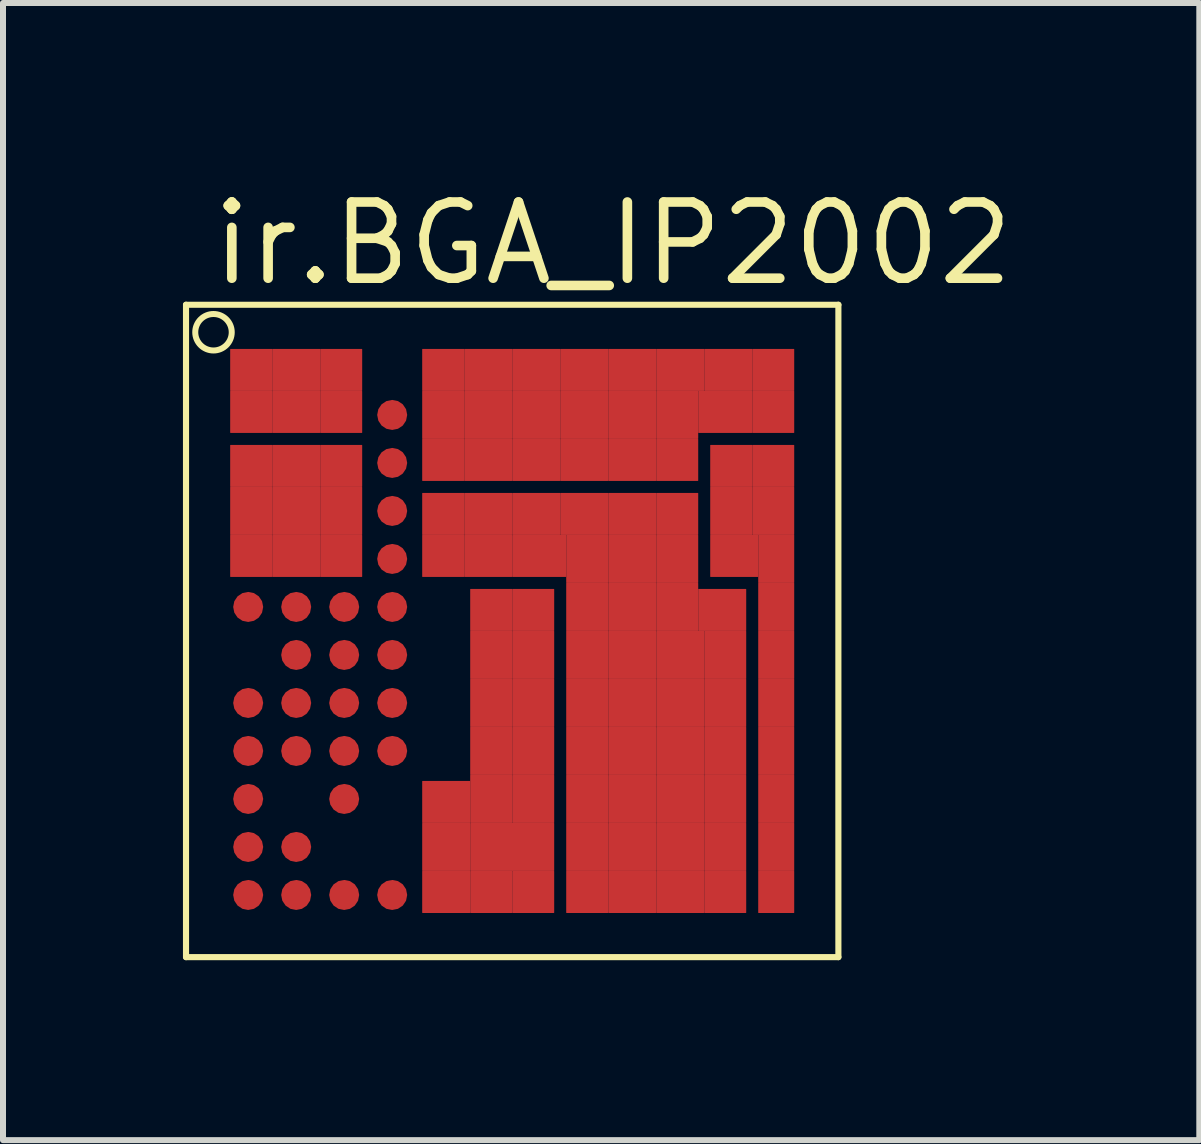
<source format=kicad_pcb>
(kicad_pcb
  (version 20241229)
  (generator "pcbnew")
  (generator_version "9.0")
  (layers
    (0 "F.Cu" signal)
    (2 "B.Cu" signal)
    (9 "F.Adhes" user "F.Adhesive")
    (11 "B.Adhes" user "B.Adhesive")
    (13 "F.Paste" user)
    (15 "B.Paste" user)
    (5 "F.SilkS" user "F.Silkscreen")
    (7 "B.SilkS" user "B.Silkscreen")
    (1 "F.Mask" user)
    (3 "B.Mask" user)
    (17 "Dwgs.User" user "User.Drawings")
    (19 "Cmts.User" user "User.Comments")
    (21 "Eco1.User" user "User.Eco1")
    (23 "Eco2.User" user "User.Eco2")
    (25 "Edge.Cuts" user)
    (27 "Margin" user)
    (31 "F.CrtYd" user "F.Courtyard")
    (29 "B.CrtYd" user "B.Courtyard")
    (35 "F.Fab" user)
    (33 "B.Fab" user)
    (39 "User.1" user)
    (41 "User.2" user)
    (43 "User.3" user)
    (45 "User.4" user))
  (footprint "ir.BGA_IP2002"
    (layer "F.Cu")
    (at 5.486 7.465)
    (property "Reference" "ir.BGA_IP2002" (at -5.08 -5.715 0) (layer "F.SilkS") (effects (font (size 1.27 1.27) (thickness 0.16)) (justify left bottom)))
    (attr smd)
    (fp_circle (center -4.4 -4.4) (end -4.2 -4.4) (stroke (width 0.1) (type default)) (fill no) (layer "F.Mask"))
    (fp_circle (center -4.4 -3.6) (end -4.2 -3.6) (stroke (width 0.1) (type default)) (fill no) (layer "F.Mask"))
    (fp_circle (center -4.4 -2.8) (end -4.2 -2.8) (stroke (width 0.1) (type default)) (fill no) (layer "F.Mask"))
    (fp_circle (center -4.4 -2) (end -4.2 -2) (stroke (width 0.1) (type default)) (fill no) (layer "F.Mask"))
    (fp_circle (center -4.4 -1.2) (end -4.2 -1.2) (stroke (width 0.1) (type default)) (fill no) (layer "F.Mask"))
    (fp_circle (center -4.4 -0.4) (end -4.2 -0.4) (stroke (width 0.1) (type default)) (fill no) (layer "F.Mask"))
    (fp_circle (center -4.4 1.2) (end -4.2 1.2) (stroke (width 0.1) (type default)) (fill no) (layer "F.Mask"))
    (fp_circle (center -4.4 2) (end -4.2 2) (stroke (width 0.1) (type default)) (fill no) (layer "F.Mask"))
    (fp_circle (center -4.4 2.8) (end -4.2 2.8) (stroke (width 0.1) (type default)) (fill no) (layer "F.Mask"))
    (fp_circle (center -4.4 3.6) (end -4.2 3.6) (stroke (width 0.1) (type default)) (fill no) (layer "F.Mask"))
    (fp_circle (center -4.4 4.4) (end -4.2 4.4) (stroke (width 0.1) (type default)) (fill no) (layer "F.Mask"))
    (fp_circle (center -3.6 -4.4) (end -3.4 -4.4) (stroke (width 0.1) (type default)) (fill no) (layer "F.Mask"))
    (fp_circle (center -3.6 -3.6) (end -3.4 -3.6) (stroke (width 0.1) (type default)) (fill no) (layer "F.Mask"))
    (fp_circle (center -3.6 -2.8) (end -3.4 -2.8) (stroke (width 0.1) (type default)) (fill no) (layer "F.Mask"))
    (fp_circle (center -3.6 -2) (end -3.4 -2) (stroke (width 0.1) (type default)) (fill no) (layer "F.Mask"))
    (fp_circle (center -3.6 -1.2) (end -3.4 -1.2) (stroke (width 0.1) (type default)) (fill no) (layer "F.Mask"))
    (fp_circle (center -3.6 -0.4) (end -3.4 -0.4) (stroke (width 0.1) (type default)) (fill no) (layer "F.Mask"))
    (fp_circle (center -3.6 0.4) (end -3.4 0.4) (stroke (width 0.1) (type default)) (fill no) (layer "F.Mask"))
    (fp_circle (center -3.6 1.2) (end -3.4 1.2) (stroke (width 0.1) (type default)) (fill no) (layer "F.Mask"))
    (fp_circle (center -3.6 2) (end -3.4 2) (stroke (width 0.1) (type default)) (fill no) (layer "F.Mask"))
    (fp_circle (center -3.6 3.6) (end -3.4 3.6) (stroke (width 0.1) (type default)) (fill no) (layer "F.Mask"))
    (fp_circle (center -3.6 4.4) (end -3.4 4.4) (stroke (width 0.1) (type default)) (fill no) (layer "F.Mask"))
    (fp_circle (center -2.8 -4.4) (end -2.6 -4.4) (stroke (width 0.1) (type default)) (fill no) (layer "F.Mask"))
    (fp_circle (center -2.8 -3.6) (end -2.6 -3.6) (stroke (width 0.1) (type default)) (fill no) (layer "F.Mask"))
    (fp_circle (center -2.8 -2.8) (end -2.6 -2.8) (stroke (width 0.1) (type default)) (fill no) (layer "F.Mask"))
    (fp_circle (center -2.8 -2) (end -2.6 -2) (stroke (width 0.1) (type default)) (fill no) (layer "F.Mask"))
    (fp_circle (center -2.8 -1.2) (end -2.6 -1.2) (stroke (width 0.1) (type default)) (fill no) (layer "F.Mask"))
    (fp_circle (center -2.8 -0.4) (end -2.6 -0.4) (stroke (width 0.1) (type default)) (fill no) (layer "F.Mask"))
    (fp_circle (center -2.8 0.4) (end -2.6 0.4) (stroke (width 0.1) (type default)) (fill no) (layer "F.Mask"))
    (fp_circle (center -2.8 1.2) (end -2.6 1.2) (stroke (width 0.1) (type default)) (fill no) (layer "F.Mask"))
    (fp_circle (center -2.8 2) (end -2.6 2) (stroke (width 0.1) (type default)) (fill no) (layer "F.Mask"))
    (fp_circle (center -2.8 2.8) (end -2.6 2.8) (stroke (width 0.1) (type default)) (fill no) (layer "F.Mask"))
    (fp_circle (center -2.8 4.4) (end -2.6 4.4) (stroke (width 0.1) (type default)) (fill no) (layer "F.Mask"))
    (fp_circle (center -2 -3.6) (end -1.8 -3.6) (stroke (width 0.1) (type default)) (fill no) (layer "F.Mask"))
    (fp_circle (center -2 -2.8) (end -1.8 -2.8) (stroke (width 0.1) (type default)) (fill no) (layer "F.Mask"))
    (fp_circle (center -2 -2) (end -1.8 -2) (stroke (width 0.1) (type default)) (fill no) (layer "F.Mask"))
    (fp_circle (center -2 -1.2) (end -1.8 -1.2) (stroke (width 0.1) (type default)) (fill no) (layer "F.Mask"))
    (fp_circle (center -2 -0.4) (end -1.8 -0.4) (stroke (width 0.1) (type default)) (fill no) (layer "F.Mask"))
    (fp_circle (center -2 0.4) (end -1.8 0.4) (stroke (width 0.1) (type default)) (fill no) (layer "F.Mask"))
    (fp_circle (center -2 1.2) (end -1.8 1.2) (stroke (width 0.1) (type default)) (fill no) (layer "F.Mask"))
    (fp_circle (center -2 2) (end -1.8 2) (stroke (width 0.1) (type default)) (fill no) (layer "F.Mask"))
    (fp_circle (center -2 4.4) (end -1.8 4.4) (stroke (width 0.1) (type default)) (fill no) (layer "F.Mask"))
    (fp_circle (center -1.2 -4.4) (end -1 -4.4) (stroke (width 0.1) (type default)) (fill no) (layer "F.Mask"))
    (fp_circle (center -1.2 -3.6) (end -1 -3.6) (stroke (width 0.1) (type default)) (fill no) (layer "F.Mask"))
    (fp_circle (center -1.2 -2.8) (end -1 -2.8) (stroke (width 0.1) (type default)) (fill no) (layer "F.Mask"))
    (fp_circle (center -1.2 -2) (end -1 -2) (stroke (width 0.1) (type default)) (fill no) (layer "F.Mask"))
    (fp_circle (center -1.2 -1.2) (end -1 -1.2) (stroke (width 0.1) (type default)) (fill no) (layer "F.Mask"))
    (fp_circle (center -1.2 2.8) (end -1 2.8) (stroke (width 0.1) (type default)) (fill no) (layer "F.Mask"))
    (fp_circle (center -1.2 3.6) (end -1 3.6) (stroke (width 0.1) (type default)) (fill no) (layer "F.Mask"))
    (fp_circle (center -1.2 4.4) (end -1 4.4) (stroke (width 0.1) (type default)) (fill no) (layer "F.Mask"))
    (fp_circle (center -0.4 -4.4) (end -0.2 -4.4) (stroke (width 0.1) (type default)) (fill no) (layer "F.Mask"))
    (fp_circle (center -0.4 -3.6) (end -0.2 -3.6) (stroke (width 0.1) (type default)) (fill no) (layer "F.Mask"))
    (fp_circle (center -0.4 -2.8) (end -0.2 -2.8) (stroke (width 0.1) (type default)) (fill no) (layer "F.Mask"))
    (fp_circle (center -0.4 -2) (end -0.2 -2) (stroke (width 0.1) (type default)) (fill no) (layer "F.Mask"))
    (fp_circle (center -0.4 -1.2) (end -0.2 -1.2) (stroke (width 0.1) (type default)) (fill no) (layer "F.Mask"))
    (fp_circle (center -0.4 -0.4) (end -0.2 -0.4) (stroke (width 0.1) (type default)) (fill no) (layer "F.Mask"))
    (fp_circle (center -0.4 0.4) (end -0.2 0.4) (stroke (width 0.1) (type default)) (fill no) (layer "F.Mask"))
    (fp_circle (center -0.4 1.2) (end -0.2 1.2) (stroke (width 0.1) (type default)) (fill no) (layer "F.Mask"))
    (fp_circle (center -0.4 2) (end -0.2 2) (stroke (width 0.1) (type default)) (fill no) (layer "F.Mask"))
    (fp_circle (center -0.4 2.8) (end -0.2 2.8) (stroke (width 0.1) (type default)) (fill no) (layer "F.Mask"))
    (fp_circle (center -0.4 3.6) (end -0.2 3.6) (stroke (width 0.1) (type default)) (fill no) (layer "F.Mask"))
    (fp_circle (center -0.4 4.4) (end -0.2 4.4) (stroke (width 0.1) (type default)) (fill no) (layer "F.Mask"))
    (fp_circle (center 0.4 -4.4) (end 0.6 -4.4) (stroke (width 0.1) (type default)) (fill no) (layer "F.Mask"))
    (fp_circle (center 0.4 -3.6) (end 0.6 -3.6) (stroke (width 0.1) (type default)) (fill no) (layer "F.Mask"))
    (fp_circle (center 0.4 -2.8) (end 0.6 -2.8) (stroke (width 0.1) (type default)) (fill no) (layer "F.Mask"))
    (fp_circle (center 0.4 -2) (end 0.6 -2) (stroke (width 0.1) (type default)) (fill no) (layer "F.Mask"))
    (fp_circle (center 0.4 -1.2) (end 0.6 -1.2) (stroke (width 0.1) (type default)) (fill no) (layer "F.Mask"))
    (fp_circle (center 0.4 -0.4) (end 0.6 -0.4) (stroke (width 0.1) (type default)) (fill no) (layer "F.Mask"))
    (fp_circle (center 0.4 0.4) (end 0.6 0.4) (stroke (width 0.1) (type default)) (fill no) (layer "F.Mask"))
    (fp_circle (center 0.4 1.2) (end 0.6 1.2) (stroke (width 0.1) (type default)) (fill no) (layer "F.Mask"))
    (fp_circle (center 0.4 2) (end 0.6 2) (stroke (width 0.1) (type default)) (fill no) (layer "F.Mask"))
    (fp_circle (center 0.4 2.8) (end 0.6 2.8) (stroke (width 0.1) (type default)) (fill no) (layer "F.Mask"))
    (fp_circle (center 0.4 4.4) (end 0.6 4.4) (stroke (width 0.1) (type default)) (fill no) (layer "F.Mask"))
    (fp_circle (center 1.2 -4.4) (end 1.4 -4.4) (stroke (width 0.1) (type default)) (fill no) (layer "F.Mask"))
    (fp_circle (center 1.2 -3.6) (end 1.4 -3.6) (stroke (width 0.1) (type default)) (fill no) (layer "F.Mask"))
    (fp_circle (center 1.2 -2.8) (end 1.4 -2.8) (stroke (width 0.1) (type default)) (fill no) (layer "F.Mask"))
    (fp_circle (center 1.2 -2) (end 1.4 -2) (stroke (width 0.1) (type default)) (fill no) (layer "F.Mask"))
    (fp_circle (center 1.2 -1.2) (end 1.4 -1.2) (stroke (width 0.1) (type default)) (fill no) (layer "F.Mask"))
    (fp_circle (center 1.2 -0.4) (end 1.4 -0.4) (stroke (width 0.1) (type default)) (fill no) (layer "F.Mask"))
    (fp_circle (center 1.2 0.4) (end 1.4 0.4) (stroke (width 0.1) (type default)) (fill no) (layer "F.Mask"))
    (fp_circle (center 1.2 1.2) (end 1.4 1.2) (stroke (width 0.1) (type default)) (fill no) (layer "F.Mask"))
    (fp_circle (center 1.2 2) (end 1.4 2) (stroke (width 0.1) (type default)) (fill no) (layer "F.Mask"))
    (fp_circle (center 1.2 2.8) (end 1.4 2.8) (stroke (width 0.1) (type default)) (fill no) (layer "F.Mask"))
    (fp_circle (center 1.2 3.6) (end 1.4 3.6) (stroke (width 0.1) (type default)) (fill no) (layer "F.Mask"))
    (fp_circle (center 1.2 4.4) (end 1.4 4.4) (stroke (width 0.1) (type default)) (fill no) (layer "F.Mask"))
    (fp_circle (center 2 -4.4) (end 2.2 -4.4) (stroke (width 0.1) (type default)) (fill no) (layer "F.Mask"))
    (fp_circle (center 2 -3.6) (end 2.2 -3.6) (stroke (width 0.1) (type default)) (fill no) (layer "F.Mask"))
    (fp_circle (center 2 -2.8) (end 2.2 -2.8) (stroke (width 0.1) (type default)) (fill no) (layer "F.Mask"))
    (fp_circle (center 2 -2) (end 2.2 -2) (stroke (width 0.1) (type default)) (fill no) (layer "F.Mask"))
    (fp_circle (center 2 -1.2) (end 2.2 -1.2) (stroke (width 0.1) (type default)) (fill no) (layer "F.Mask"))
    (fp_circle (center 2 -0.4) (end 2.2 -0.4) (stroke (width 0.1) (type default)) (fill no) (layer "F.Mask"))
    (fp_circle (center 2 0.4) (end 2.2 0.4) (stroke (width 0.1) (type default)) (fill no) (layer "F.Mask"))
    (fp_circle (center 2 1.2) (end 2.2 1.2) (stroke (width 0.1) (type default)) (fill no) (layer "F.Mask"))
    (fp_circle (center 2 2) (end 2.2 2) (stroke (width 0.1) (type default)) (fill no) (layer "F.Mask"))
    (fp_circle (center 2 2.8) (end 2.2 2.8) (stroke (width 0.1) (type default)) (fill no) (layer "F.Mask"))
    (fp_circle (center 2 3.6) (end 2.2 3.6) (stroke (width 0.1) (type default)) (fill no) (layer "F.Mask"))
    (fp_circle (center 2 4.4) (end 2.2 4.4) (stroke (width 0.1) (type default)) (fill no) (layer "F.Mask"))
    (fp_circle (center 2.8 -4.4) (end 3 -4.4) (stroke (width 0.1) (type default)) (fill no) (layer "F.Mask"))
    (fp_circle (center 2.8 -3.6) (end 3 -3.6) (stroke (width 0.1) (type default)) (fill no) (layer "F.Mask"))
    (fp_circle (center 2.8 -2.8) (end 3 -2.8) (stroke (width 0.1) (type default)) (fill no) (layer "F.Mask"))
    (fp_circle (center 2.8 -2) (end 3 -2) (stroke (width 0.1) (type default)) (fill no) (layer "F.Mask"))
    (fp_circle (center 2.8 -1.2) (end 3 -1.2) (stroke (width 0.1) (type default)) (fill no) (layer "F.Mask"))
    (fp_circle (center 2.8 -0.4) (end 3 -0.4) (stroke (width 0.1) (type default)) (fill no) (layer "F.Mask"))
    (fp_circle (center 2.8 0.4) (end 3 0.4) (stroke (width 0.1) (type default)) (fill no) (layer "F.Mask"))
    (fp_circle (center 2.8 1.2) (end 3 1.2) (stroke (width 0.1) (type default)) (fill no) (layer "F.Mask"))
    (fp_circle (center 2.8 2) (end 3 2) (stroke (width 0.1) (type default)) (fill no) (layer "F.Mask"))
    (fp_circle (center 2.8 2.8) (end 3 2.8) (stroke (width 0.1) (type default)) (fill no) (layer "F.Mask"))
    (fp_circle (center 2.8 3.6) (end 3 3.6) (stroke (width 0.1) (type default)) (fill no) (layer "F.Mask"))
    (fp_circle (center 2.8 4.4) (end 3 4.4) (stroke (width 0.1) (type default)) (fill no) (layer "F.Mask"))
    (fp_circle (center 3.6 -4.4) (end 3.8 -4.4) (stroke (width 0.1) (type default)) (fill no) (layer "F.Mask"))
    (fp_circle (center 3.6 -3.6) (end 3.8 -3.6) (stroke (width 0.1) (type default)) (fill no) (layer "F.Mask"))
    (fp_circle (center 3.6 -2.8) (end 3.8 -2.8) (stroke (width 0.1) (type default)) (fill no) (layer "F.Mask"))
    (fp_circle (center 3.6 -2) (end 3.8 -2) (stroke (width 0.1) (type default)) (fill no) (layer "F.Mask"))
    (fp_circle (center 3.6 -1.2) (end 3.8 -1.2) (stroke (width 0.1) (type default)) (fill no) (layer "F.Mask"))
    (fp_circle (center 3.6 -0.4) (end 3.8 -0.4) (stroke (width 0.1) (type default)) (fill no) (layer "F.Mask"))
    (fp_circle (center 3.6 0.4) (end 3.8 0.4) (stroke (width 0.1) (type default)) (fill no) (layer "F.Mask"))
    (fp_circle (center 3.6 1.2) (end 3.8 1.2) (stroke (width 0.1) (type default)) (fill no) (layer "F.Mask"))
    (fp_circle (center 3.6 2) (end 3.8 2) (stroke (width 0.1) (type default)) (fill no) (layer "F.Mask"))
    (fp_circle (center 3.6 2.8) (end 3.8 2.8) (stroke (width 0.1) (type default)) (fill no) (layer "F.Mask"))
    (fp_circle (center 3.6 3.6) (end 3.8 3.6) (stroke (width 0.1) (type default)) (fill no) (layer "F.Mask"))
    (fp_circle (center 3.6 4.4) (end 3.8 4.4) (stroke (width 0.1) (type default)) (fill no) (layer "F.Mask"))
    (fp_circle (center 4.4 -4.4) (end 4.6 -4.4) (stroke (width 0.1) (type default)) (fill no) (layer "F.Mask"))
    (fp_circle (center 4.4 -3.6) (end 4.6 -3.6) (stroke (width 0.1) (type default)) (fill no) (layer "F.Mask"))
    (fp_circle (center 4.4 -2.8) (end 4.6 -2.8) (stroke (width 0.1) (type default)) (fill no) (layer "F.Mask"))
    (fp_circle (center 4.4 -2) (end 4.6 -2) (stroke (width 0.1) (type default)) (fill no) (layer "F.Mask"))
    (fp_circle (center 4.4 -1.2) (end 4.6 -1.2) (stroke (width 0.1) (type default)) (fill no) (layer "F.Mask"))
    (fp_circle (center 4.4 -0.4) (end 4.6 -0.4) (stroke (width 0.1) (type default)) (fill no) (layer "F.Mask"))
    (fp_circle (center 4.4 0.4) (end 4.6 0.4) (stroke (width 0.1) (type default)) (fill no) (layer "F.Mask"))
    (fp_circle (center 4.4 1.2) (end 4.6 1.2) (stroke (width 0.1) (type default)) (fill no) (layer "F.Mask"))
    (fp_circle (center 4.4 2) (end 4.6 2) (stroke (width 0.1) (type default)) (fill no) (layer "F.Mask"))
    (fp_circle (center 4.4 2.8) (end 4.6 2.8) (stroke (width 0.1) (type default)) (fill no) (layer "F.Mask"))
    (fp_circle (center 4.4 3.6) (end 4.6 3.6) (stroke (width 0.1) (type default)) (fill no) (layer "F.Mask"))
    (fp_circle (center 4.4 4.4) (end 4.6 4.4) (stroke (width 0.1) (type default)) (fill no) (layer "F.Mask"))
    (fp_line (start -5.436 -5.436) (end 5.436 -5.436) (stroke (width 0.102) (type default)) (layer "F.SilkS"))
    (fp_line (start -5.436 5.436) (end -5.436 -5.436) (stroke (width 0.102) (type default)) (layer "F.SilkS"))
    (fp_line (start 5.436 -5.436) (end 5.436 5.436) (stroke (width 0.102) (type default)) (layer "F.SilkS"))
    (fp_line (start 5.436 5.436) (end -5.436 5.436) (stroke (width 0.102) (type default)) (layer "F.SilkS"))
    (fp_circle (center -4.978 -4.978) (end -4.674 -4.978) (stroke (width 0.1) (type default)) (fill no) (layer "F.SilkS"))
    (pad "A1" smd roundrect (at -4.35 -4.35) (size 0.7 0.7) (layers "F.Cu" "F.Mask" "F.Paste") (roundrect_rratio 0.01))
    (pad "A2" smd roundrect (at -3.6 -4.35) (size 0.8 0.7) (layers "F.Cu" "F.Mask" "F.Paste") (roundrect_rratio 0.01))
    (pad "A3" smd roundrect (at -2.85 -4.35) (size 0.7 0.7) (layers "F.Cu" "F.Mask" "F.Paste") (roundrect_rratio 0.01))
    (pad "A5" smd roundrect (at -1.15 -4.35) (size 0.7 0.7) (layers "F.Cu" "F.Mask" "F.Paste") (roundrect_rratio 0.01))
    (pad "A6" smd roundrect (at -0.4 -4.35) (size 0.8 0.7) (layers "F.Cu" "F.Mask" "F.Paste") (roundrect_rratio 0.01))
    (pad "A7" smd roundrect (at 0.4 -4.35) (size 0.8 0.7) (layers "F.Cu" "F.Mask" "F.Paste") (roundrect_rratio 0.01))
    (pad "A8" smd roundrect (at 1.2 -4.35) (size 0.8 0.7) (layers "F.Cu" "F.Mask" "F.Paste") (roundrect_rratio 0.01))
    (pad "A9" smd roundrect (at 2 -4.35) (size 0.8 0.7) (layers "F.Cu" "F.Mask" "F.Paste") (roundrect_rratio 0.01))
    (pad "A10" smd roundrect (at 2.8 -4.35) (size 0.8 0.7) (layers "F.Cu" "F.Mask" "F.Paste") (roundrect_rratio 0.01))
    (pad "A11" smd roundrect (at 3.6 -4.35) (size 0.8 0.7) (layers "F.Cu" "F.Mask" "F.Paste") (roundrect_rratio 0.01))
    (pad "A12" smd roundrect (at 4.35 -4.35) (size 0.7 0.7) (layers "F.Cu" "F.Mask" "F.Paste") (roundrect_rratio 0.01))
    (pad "B1" smd roundrect (at -4.35 -3.65) (size 0.7 0.7) (layers "F.Cu" "F.Mask" "F.Paste") (roundrect_rratio 0.01))
    (pad "B2" smd roundrect (at -3.6 -3.65) (size 0.8 0.7) (layers "F.Cu" "F.Mask" "F.Paste") (roundrect_rratio 0.01))
    (pad "B3" smd roundrect (at -2.85 -3.65) (size 0.7 0.7) (layers "F.Cu" "F.Mask" "F.Paste") (roundrect_rratio 0.01))
    (pad "B4" smd roundrect (at -2 -3.6) (size 0.5 0.5) (layers "F.Cu" "F.Mask" "F.Paste") (roundrect_rratio 0.5))
    (pad "B5" smd roundrect (at -1.15 -3.6) (size 0.7 0.8) (layers "F.Cu" "F.Mask" "F.Paste") (roundrect_rratio 0.01))
    (pad "B6" smd roundrect (at -0.4 -3.6) (size 0.8 0.8) (layers "F.Cu" "F.Mask" "F.Paste") (roundrect_rratio 0.01))
    (pad "B7" smd roundrect (at 0.4 -3.6) (size 0.8 0.8) (layers "F.Cu" "F.Mask" "F.Paste") (roundrect_rratio 0.01))
    (pad "B8" smd roundrect (at 1.2 -3.6) (size 0.8 0.8) (layers "F.Cu" "F.Mask" "F.Paste") (roundrect_rratio 0.01))
    (pad "B9" smd roundrect (at 2 -3.6) (size 0.8 0.8) (layers "F.Cu" "F.Mask" "F.Paste") (roundrect_rratio 0.01))
    (pad "B10" smd roundrect (at 2.75 -3.6) (size 0.7 0.8) (layers "F.Cu" "F.Mask" "F.Paste") (roundrect_rratio 0.01))
    (pad "B11" smd roundrect (at 3.55 -3.65) (size 0.9 0.7) (layers "F.Cu" "F.Mask" "F.Paste") (roundrect_rratio 0.01))
    (pad "B12" smd roundrect (at 4.35 -3.65) (size 0.7 0.7) (layers "F.Cu" "F.Mask" "F.Paste") (roundrect_rratio 0.01))
    (pad "C1" smd roundrect (at -4.35 -2.75) (size 0.7 0.7) (layers "F.Cu" "F.Mask" "F.Paste") (roundrect_rratio 0.01))
    (pad "C2" smd roundrect (at -3.6 -2.75) (size 0.8 0.7) (layers "F.Cu" "F.Mask" "F.Paste") (roundrect_rratio 0.01))
    (pad "C3" smd roundrect (at -2.85 -2.75) (size 0.7 0.7) (layers "F.Cu" "F.Mask" "F.Paste") (roundrect_rratio 0.01))
    (pad "C4" smd roundrect (at -2 -2.8) (size 0.5 0.5) (layers "F.Cu" "F.Mask" "F.Paste") (roundrect_rratio 0.5))
    (pad "C5" smd roundrect (at -1.15 -2.85) (size 0.7 0.7) (layers "F.Cu" "F.Mask" "F.Paste") (roundrect_rratio 0.01))
    (pad "C6" smd roundrect (at -0.4 -2.85) (size 0.8 0.7) (layers "F.Cu" "F.Mask" "F.Paste") (roundrect_rratio 0.01))
    (pad "C7" smd roundrect (at 0.4 -2.85) (size 0.8 0.7) (layers "F.Cu" "F.Mask" "F.Paste") (roundrect_rratio 0.01))
    (pad "C8" smd roundrect (at 1.2 -2.85) (size 0.8 0.7) (layers "F.Cu" "F.Mask" "F.Paste") (roundrect_rratio 0.01))
    (pad "C9" smd roundrect (at 2 -2.85) (size 0.8 0.7) (layers "F.Cu" "F.Mask" "F.Paste") (roundrect_rratio 0.01))
    (pad "C10" smd roundrect (at 2.75 -2.85) (size 0.7 0.7) (layers "F.Cu" "F.Mask" "F.Paste") (roundrect_rratio 0.01))
    (pad "C11" smd roundrect (at 3.65 -2.75) (size 0.7 0.7) (layers "F.Cu" "F.Mask" "F.Paste") (roundrect_rratio 0.01))
    (pad "C12" smd roundrect (at 4.35 -2.75) (size 0.7 0.7) (layers "F.Cu" "F.Mask" "F.Paste") (roundrect_rratio 0.01))
    (pad "D1" smd roundrect (at -4.35 -2) (size 0.7 0.8) (layers "F.Cu" "F.Mask" "F.Paste") (roundrect_rratio 0.01))
    (pad "D2" smd roundrect (at -3.6 -2) (size 0.8 0.8) (layers "F.Cu" "F.Mask" "F.Paste") (roundrect_rratio 0.01))
    (pad "D3" smd roundrect (at -2.85 -2) (size 0.7 0.8) (layers "F.Cu" "F.Mask" "F.Paste") (roundrect_rratio 0.01))
    (pad "D4" smd roundrect (at -2 -2) (size 0.5 0.5) (layers "F.Cu" "F.Mask" "F.Paste") (roundrect_rratio 0.5))
    (pad "D5" smd roundrect (at -1.15 -1.95) (size 0.7 0.7) (layers "F.Cu" "F.Mask" "F.Paste") (roundrect_rratio 0.01))
    (pad "D6" smd roundrect (at -0.4 -1.95) (size 0.8 0.7) (layers "F.Cu" "F.Mask" "F.Paste") (roundrect_rratio 0.01))
    (pad "D7" smd roundrect (at 0.4 -1.95) (size 0.8 0.7) (layers "F.Cu" "F.Mask" "F.Paste") (roundrect_rratio 0.01))
    (pad "D8" smd roundrect (at 1.2 -1.95) (size 0.8 0.7) (layers "F.Cu" "F.Mask" "F.Paste") (roundrect_rratio 0.01))
    (pad "D9" smd roundrect (at 2 -1.95) (size 0.8 0.7) (layers "F.Cu" "F.Mask" "F.Paste") (roundrect_rratio 0.01))
    (pad "D10" smd roundrect (at 2.75 -1.95) (size 0.7 0.7) (layers "F.Cu" "F.Mask" "F.Paste") (roundrect_rratio 0.01))
    (pad "D11" smd roundrect (at 3.65 -2) (size 0.7 0.8) (layers "F.Cu" "F.Mask" "F.Paste") (roundrect_rratio 0.01))
    (pad "D12" smd roundrect (at 4.35 -2) (size 0.7 0.8) (layers "F.Cu" "F.Mask" "F.Paste") (roundrect_rratio 0.01))
    (pad "E1" smd roundrect (at -4.35 -1.25) (size 0.7 0.7) (layers "F.Cu" "F.Mask" "F.Paste") (roundrect_rratio 0.01))
    (pad "E2" smd roundrect (at -3.6 -1.25) (size 0.8 0.7) (layers "F.Cu" "F.Mask" "F.Paste") (roundrect_rratio 0.01))
    (pad "E3" smd roundrect (at -2.85 -1.25) (size 0.7 0.7) (layers "F.Cu" "F.Mask" "F.Paste") (roundrect_rratio 0.01))
    (pad "E4" smd roundrect (at -2 -1.2) (size 0.5 0.5) (layers "F.Cu" "F.Mask" "F.Paste") (roundrect_rratio 0.5))
    (pad "E5" smd roundrect (at -1.15 -1.25) (size 0.7 0.7) (layers "F.Cu" "F.Mask" "F.Paste") (roundrect_rratio 0.01))
    (pad "E6" smd roundrect (at -0.4 -1.25) (size 0.8 0.7) (layers "F.Cu" "F.Mask" "F.Paste") (roundrect_rratio 0.01))
    (pad "E7" smd roundrect (at 0.45 -1.25) (size 0.9 0.7) (layers "F.Cu" "F.Mask" "F.Paste") (roundrect_rratio 0.01))
    (pad "E8" smd roundrect (at 1.25 -1.2) (size 0.7 0.8) (layers "F.Cu" "F.Mask" "F.Paste") (roundrect_rratio 0.01))
    (pad "E9" smd roundrect (at 2 -1.2) (size 0.8 0.8) (layers "F.Cu" "F.Mask" "F.Paste") (roundrect_rratio 0.01))
    (pad "E10" smd roundrect (at 2.75 -1.2) (size 0.7 0.8) (layers "F.Cu" "F.Mask" "F.Paste") (roundrect_rratio 0.01))
    (pad "E11" smd roundrect (at 3.7 -1.25) (size 0.8 0.7) (layers "F.Cu" "F.Mask" "F.Paste") (roundrect_rratio 0.01))
    (pad "E12" smd roundrect (at 4.4 -1.2) (size 0.6 0.8) (layers "F.Cu" "F.Mask" "F.Paste") (roundrect_rratio 0.01))
    (pad "F1" smd roundrect (at -4.4 -0.4) (size 0.5 0.5) (layers "F.Cu" "F.Mask" "F.Paste") (roundrect_rratio 0.5))
    (pad "F2" smd roundrect (at -3.6 -0.4) (size 0.5 0.5) (layers "F.Cu" "F.Mask" "F.Paste") (roundrect_rratio 0.5))
    (pad "F3" smd roundrect (at -2.8 -0.4) (size 0.5 0.5) (layers "F.Cu" "F.Mask" "F.Paste") (roundrect_rratio 0.5))
    (pad "F4" smd roundrect (at -2 -0.4) (size 0.5 0.5) (layers "F.Cu" "F.Mask" "F.Paste") (roundrect_rratio 0.5))
    (pad "F6" smd roundrect (at -0.35 -0.35) (size 0.7 0.7) (layers "F.Cu" "F.Mask" "F.Paste") (roundrect_rratio 0.01))
    (pad "F7" smd roundrect (at 0.35 -0.35) (size 0.7 0.7) (layers "F.Cu" "F.Mask" "F.Paste") (roundrect_rratio 0.01))
    (pad "F8" smd roundrect (at 1.25 -0.4) (size 0.7 0.8) (layers "F.Cu" "F.Mask" "F.Paste") (roundrect_rratio 0.01))
    (pad "F9" smd roundrect (at 2 -0.4) (size 0.8 0.8) (layers "F.Cu" "F.Mask" "F.Paste") (roundrect_rratio 0.01))
    (pad "F10" smd roundrect (at 2.75 -0.4) (size 0.7 0.8) (layers "F.Cu" "F.Mask" "F.Paste") (roundrect_rratio 0.01))
    (pad "F11" smd roundrect (at 3.5 -0.35) (size 0.8 0.7) (layers "F.Cu" "F.Mask" "F.Paste") (roundrect_rratio 0.01))
    (pad "F12" smd roundrect (at 4.4 -0.4) (size 0.6 0.8) (layers "F.Cu" "F.Mask" "F.Paste") (roundrect_rratio 0.01))
    (pad "G2" smd roundrect (at -3.6 0.4) (size 0.5 0.5) (layers "F.Cu" "F.Mask" "F.Paste") (roundrect_rratio 0.5))
    (pad "G3" smd roundrect (at -2.8 0.4) (size 0.5 0.5) (layers "F.Cu" "F.Mask" "F.Paste") (roundrect_rratio 0.5))
    (pad "G4" smd roundrect (at -2 0.4) (size 0.5 0.5) (layers "F.Cu" "F.Mask" "F.Paste") (roundrect_rratio 0.5))
    (pad "G6" smd roundrect (at -0.35 0.4) (size 0.7 0.8) (layers "F.Cu" "F.Mask" "F.Paste") (roundrect_rratio 0.01))
    (pad "G7" smd roundrect (at 0.35 0.4) (size 0.7 0.8) (layers "F.Cu" "F.Mask" "F.Paste") (roundrect_rratio 0.01))
    (pad "G8" smd roundrect (at 1.25 0.4) (size 0.7 0.8) (layers "F.Cu" "F.Mask" "F.Paste") (roundrect_rratio 0.01))
    (pad "G9" smd roundrect (at 2 0.4) (size 0.8 0.8) (layers "F.Cu" "F.Mask" "F.Paste") (roundrect_rratio 0.01))
    (pad "G10" smd roundrect (at 2.8 0.4) (size 0.8 0.8) (layers "F.Cu" "F.Mask" "F.Paste") (roundrect_rratio 0.01))
    (pad "G11" smd roundrect (at 3.55 0.4) (size 0.7 0.8) (layers "F.Cu" "F.Mask" "F.Paste") (roundrect_rratio 0.01))
    (pad "G12" smd roundrect (at 4.4 0.4) (size 0.6 0.8) (layers "F.Cu" "F.Mask" "F.Paste") (roundrect_rratio 0.01))
    (pad "H1" smd roundrect (at -4.4 1.2) (size 0.5 0.5) (layers "F.Cu" "F.Mask" "F.Paste") (roundrect_rratio 0.5))
    (pad "H2" smd roundrect (at -3.6 1.2) (size 0.5 0.5) (layers "F.Cu" "F.Mask" "F.Paste") (roundrect_rratio 0.5))
    (pad "H3" smd roundrect (at -2.8 1.2) (size 0.5 0.5) (layers "F.Cu" "F.Mask" "F.Paste") (roundrect_rratio 0.5))
    (pad "H4" smd roundrect (at -2 1.2) (size 0.5 0.5) (layers "F.Cu" "F.Mask" "F.Paste") (roundrect_rratio 0.5))
    (pad "H6" smd roundrect (at -0.35 1.2) (size 0.7 0.8) (layers "F.Cu" "F.Mask" "F.Paste") (roundrect_rratio 0.01))
    (pad "H7" smd roundrect (at 0.35 1.2) (size 0.7 0.8) (layers "F.Cu" "F.Mask" "F.Paste") (roundrect_rratio 0.01))
    (pad "H8" smd roundrect (at 1.25 1.2) (size 0.7 0.8) (layers "F.Cu" "F.Mask" "F.Paste") (roundrect_rratio 0.01))
    (pad "H9" smd roundrect (at 2 1.2) (size 0.8 0.8) (layers "F.Cu" "F.Mask" "F.Paste") (roundrect_rratio 0.01))
    (pad "H10" smd roundrect (at 2.8 1.2) (size 0.8 0.8) (layers "F.Cu" "F.Mask" "F.Paste") (roundrect_rratio 0.01))
    (pad "H11" smd roundrect (at 3.55 1.2) (size 0.7 0.8) (layers "F.Cu" "F.Mask" "F.Paste") (roundrect_rratio 0.01))
    (pad "H12" smd roundrect (at 4.4 1.2) (size 0.6 0.8) (layers "F.Cu" "F.Mask" "F.Paste") (roundrect_rratio 0.01))
    (pad "J1" smd roundrect (at -4.4 2) (size 0.5 0.5) (layers "F.Cu" "F.Mask" "F.Paste") (roundrect_rratio 0.5))
    (pad "J2" smd roundrect (at -3.6 2) (size 0.5 0.5) (layers "F.Cu" "F.Mask" "F.Paste") (roundrect_rratio 0.5))
    (pad "J3" smd roundrect (at -2.8 2) (size 0.5 0.5) (layers "F.Cu" "F.Mask" "F.Paste") (roundrect_rratio 0.5))
    (pad "J4" smd roundrect (at -2 2) (size 0.5 0.5) (layers "F.Cu" "F.Mask" "F.Paste") (roundrect_rratio 0.5))
    (pad "J6" smd roundrect (at -0.35 2) (size 0.7 0.8) (layers "F.Cu" "F.Mask" "F.Paste") (roundrect_rratio 0.01))
    (pad "J7" smd roundrect (at 0.35 2) (size 0.7 0.8) (layers "F.Cu" "F.Mask" "F.Paste") (roundrect_rratio 0.01))
    (pad "J8" smd roundrect (at 1.25 2) (size 0.7 0.8) (layers "F.Cu" "F.Mask" "F.Paste") (roundrect_rratio 0.01))
    (pad "J9" smd roundrect (at 2 2) (size 0.8 0.8) (layers "F.Cu" "F.Mask" "F.Paste") (roundrect_rratio 0.01))
    (pad "J10" smd roundrect (at 2.8 2) (size 0.8 0.8) (layers "F.Cu" "F.Mask" "F.Paste") (roundrect_rratio 0.01))
    (pad "J11" smd roundrect (at 3.55 2) (size 0.7 0.8) (layers "F.Cu" "F.Mask" "F.Paste") (roundrect_rratio 0.01))
    (pad "J12" smd roundrect (at 4.4 2) (size 0.6 0.8) (layers "F.Cu" "F.Mask" "F.Paste") (roundrect_rratio 0.01))
    (pad "K1" smd roundrect (at -4.4 2.8) (size 0.5 0.5) (layers "F.Cu" "F.Mask" "F.Paste") (roundrect_rratio 0.5))
    (pad "K3" smd roundrect (at -2.8 2.8) (size 0.5 0.5) (layers "F.Cu" "F.Mask" "F.Paste") (roundrect_rratio 0.5))
    (pad "K5" smd roundrect (at -1.1 2.85) (size 0.8 0.7) (layers "F.Cu" "F.Mask" "F.Paste") (roundrect_rratio 0.01))
    (pad "K6" smd roundrect (at -0.35 2.8) (size 0.7 0.8) (layers "F.Cu" "F.Mask" "F.Paste") (roundrect_rratio 0.01))
    (pad "K7" smd roundrect (at 0.35 2.8) (size 0.7 0.8) (layers "F.Cu" "F.Mask" "F.Paste") (roundrect_rratio 0.01))
    (pad "K8" smd roundrect (at 1.25 2.8) (size 0.7 0.8) (layers "F.Cu" "F.Mask" "F.Paste") (roundrect_rratio 0.01))
    (pad "K9" smd roundrect (at 2 2.8) (size 0.8 0.8) (layers "F.Cu" "F.Mask" "F.Paste") (roundrect_rratio 0.01))
    (pad "K10" smd roundrect (at 2.8 2.8) (size 0.8 0.8) (layers "F.Cu" "F.Mask" "F.Paste") (roundrect_rratio 0.01))
    (pad "K11" smd roundrect (at 3.55 2.8) (size 0.7 0.8) (layers "F.Cu" "F.Mask" "F.Paste") (roundrect_rratio 0.01))
    (pad "K12" smd roundrect (at 4.4 2.8) (size 0.6 0.8) (layers "F.Cu" "F.Mask" "F.Paste") (roundrect_rratio 0.01))
    (pad "L1" smd roundrect (at -4.4 3.6) (size 0.5 0.5) (layers "F.Cu" "F.Mask" "F.Paste") (roundrect_rratio 0.5))
    (pad "L2" smd roundrect (at -3.6 3.6) (size 0.5 0.5) (layers "F.Cu" "F.Mask" "F.Paste") (roundrect_rratio 0.5))
    (pad "L5" smd roundrect (at -1.1 3.6) (size 0.8 0.8) (layers "F.Cu" "F.Mask" "F.Paste") (roundrect_rratio 0.01))
    (pad "L6" smd roundrect (at 0 3.6) (size 1.4 0.8) (layers "F.Cu" "F.Mask" "F.Paste") (roundrect_rratio 0.01))
    (pad "L8" smd roundrect (at 1.25 3.6) (size 0.7 0.8) (layers "F.Cu" "F.Mask" "F.Paste") (roundrect_rratio 0.01))
    (pad "L9" smd roundrect (at 2 3.6) (size 0.8 0.8) (layers "F.Cu" "F.Mask" "F.Paste") (roundrect_rratio 0.01))
    (pad "L10" smd roundrect (at 2.8 3.6) (size 0.8 0.8) (layers "F.Cu" "F.Mask" "F.Paste") (roundrect_rratio 0.01))
    (pad "L11" smd roundrect (at 3.55 3.6) (size 0.7 0.8) (layers "F.Cu" "F.Mask" "F.Paste") (roundrect_rratio 0.01))
    (pad "L12" smd roundrect (at 4.4 3.6) (size 0.6 0.8) (layers "F.Cu" "F.Mask" "F.Paste") (roundrect_rratio 0.01))
    (pad "M1" smd roundrect (at -4.4 4.4) (size 0.5 0.5) (layers "F.Cu" "F.Mask" "F.Paste") (roundrect_rratio 0.5))
    (pad "M2" smd roundrect (at -3.6 4.4) (size 0.5 0.5) (layers "F.Cu" "F.Mask" "F.Paste") (roundrect_rratio 0.5))
    (pad "M3" smd roundrect (at -2.8 4.4) (size 0.5 0.5) (layers "F.Cu" "F.Mask" "F.Paste") (roundrect_rratio 0.5))
    (pad "M4" smd roundrect (at -2 4.4) (size 0.5 0.5) (layers "F.Cu" "F.Mask" "F.Paste") (roundrect_rratio 0.5))
    (pad "M5" smd roundrect (at -1.1 4.35) (size 0.8 0.7) (layers "F.Cu" "F.Mask" "F.Paste") (roundrect_rratio 0.01))
    (pad "M6" smd roundrect (at -0.35 4.35) (size 0.7 0.7) (layers "F.Cu" "F.Mask" "F.Paste") (roundrect_rratio 0.01))
    (pad "M7" smd roundrect (at 0.35 4.35) (size 0.7 0.7) (layers "F.Cu" "F.Mask" "F.Paste") (roundrect_rratio 0.01))
    (pad "M8" smd roundrect (at 1.25 4.35) (size 0.7 0.7) (layers "F.Cu" "F.Mask" "F.Paste") (roundrect_rratio 0.01))
    (pad "M9" smd roundrect (at 2 4.35) (size 0.8 0.7) (layers "F.Cu" "F.Mask" "F.Paste") (roundrect_rratio 0.01))
    (pad "M10" smd roundrect (at 2.8 4.35) (size 0.8 0.7) (layers "F.Cu" "F.Mask" "F.Paste") (roundrect_rratio 0.01))
    (pad "M11" smd roundrect (at 3.55 4.35) (size 0.7 0.7) (layers "F.Cu" "F.Mask" "F.Paste") (roundrect_rratio 0.01))
    (pad "M12" smd roundrect (at 4.4 4.35) (size 0.6 0.7) (layers "F.Cu" "F.Mask" "F.Paste") (roundrect_rratio 0.01)))
  (gr_rect
    (start -3 -3)
    (end 16.937 15.951)
    (stroke (width 0.1) (type default))
    (fill no)
    (layer "Edge.Cuts")))
</source>
